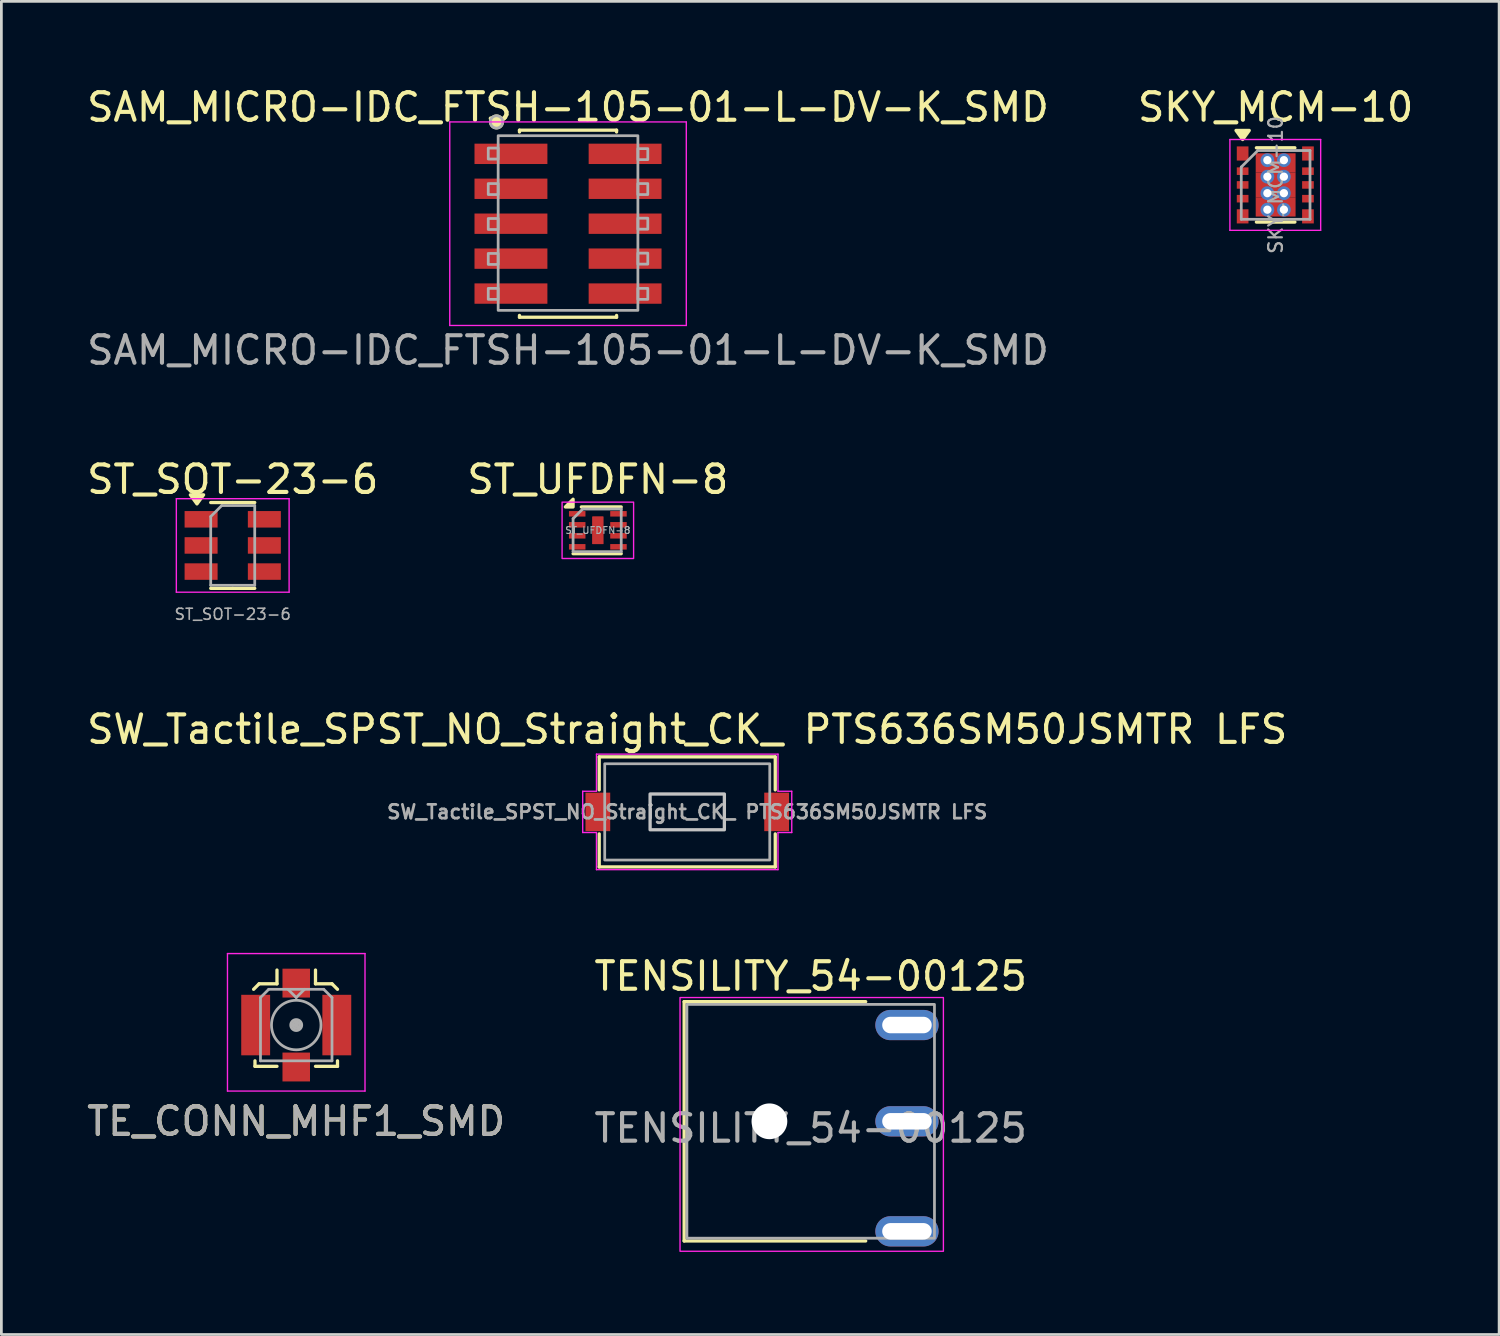
<source format=kicad_pcb>
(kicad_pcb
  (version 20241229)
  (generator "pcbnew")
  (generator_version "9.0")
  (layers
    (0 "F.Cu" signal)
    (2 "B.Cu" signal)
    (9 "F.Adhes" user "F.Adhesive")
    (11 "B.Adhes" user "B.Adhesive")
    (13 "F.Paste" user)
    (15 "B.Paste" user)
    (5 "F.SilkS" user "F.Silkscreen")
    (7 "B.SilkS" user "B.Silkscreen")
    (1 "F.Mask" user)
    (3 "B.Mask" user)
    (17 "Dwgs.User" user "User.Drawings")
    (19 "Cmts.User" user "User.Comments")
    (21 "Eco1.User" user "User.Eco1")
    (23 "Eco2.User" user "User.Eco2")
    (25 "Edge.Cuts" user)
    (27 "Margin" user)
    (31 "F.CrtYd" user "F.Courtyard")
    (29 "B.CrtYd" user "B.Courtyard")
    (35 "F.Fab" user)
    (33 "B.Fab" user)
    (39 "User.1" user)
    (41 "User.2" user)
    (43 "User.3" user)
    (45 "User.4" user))
  (footprint "SW_Tactile_SPST_NO_Straight_CK_ PTS636SM50JSMTR LFS"
    (layer "F.Cu")
    (at 21.935 26.467)
    (property "Reference" "SW_Tactile_SPST_NO_Straight_CK_ PTS636SM50JSMTR LFS" (at 0 -3 0) (unlocked yes) (layer "F.SilkS") (effects (font (size 1 1) (thickness 0.15))))
    (attr smd)
    (fp_line (start -3.2 -2) (end -3.2 -0.8) (stroke (width 0.12) (type solid)) (layer "F.SilkS"))
    (fp_line (start -3.2 0.8) (end -3.2 2) (stroke (width 0.12) (type solid)) (layer "F.SilkS"))
    (fp_line (start -3.2 2) (end 3.2 2) (stroke (width 0.12) (type solid)) (layer "F.SilkS"))
    (fp_line (start 3.2 -2) (end -3.2 -2) (stroke (width 0.12) (type solid)) (layer "F.SilkS"))
    (fp_line (start 3.2 -0.8) (end 3.2 -2) (stroke (width 0.12) (type solid)) (layer "F.SilkS"))
    (fp_line (start 3.2 2) (end 3.2 0.8) (stroke (width 0.12) (type solid)) (layer "F.SilkS"))
    (fp_rect (start -1.35 -0.65) (end 1.35 0.65) (stroke (width 0.12) (type solid)) (fill no) (layer "Dwgs.User"))
    (fp_line (start -3.8 -0.75) (end -3.3 -0.75) (stroke (width 0.05) (type solid)) (layer "F.CrtYd"))
    (fp_line (start -3.8 0.75) (end -3.8 -0.75) (stroke (width 0.05) (type solid)) (layer "F.CrtYd"))
    (fp_line (start -3.3 -2.1) (end 3.3 -2.1) (stroke (width 0.05) (type solid)) (layer "F.CrtYd"))
    (fp_line (start -3.3 -0.75) (end -3.3 -2.1) (stroke (width 0.05) (type solid)) (layer "F.CrtYd"))
    (fp_line (start -3.3 0.75) (end -3.8 0.75) (stroke (width 0.05) (type solid)) (layer "F.CrtYd"))
    (fp_line (start -3.3 2.1) (end -3.3 0.75) (stroke (width 0.05) (type solid)) (layer "F.CrtYd"))
    (fp_line (start 3.3 -2.1) (end 3.3 -0.75) (stroke (width 0.05) (type solid)) (layer "F.CrtYd"))
    (fp_line (start 3.3 -0.75) (end 3.8 -0.75) (stroke (width 0.05) (type solid)) (layer "F.CrtYd"))
    (fp_line (start 3.3 0.75) (end 3.3 2.1) (stroke (width 0.05) (type solid)) (layer "F.CrtYd"))
    (fp_line (start 3.3 2.1) (end -3.3 2.1) (stroke (width 0.05) (type solid)) (layer "F.CrtYd"))
    (fp_line (start 3.8 -0.75) (end 3.8 0.75) (stroke (width 0.05) (type solid)) (layer "F.CrtYd"))
    (fp_line (start 3.8 0.75) (end 3.3 0.75) (stroke (width 0.05) (type solid)) (layer "F.CrtYd"))
    (fp_rect (start -3 -1.75) (end 3 1.75) (stroke (width 0.1) (type solid)) (fill no) (layer "F.Fab"))
    (fp_text user "${REFERENCE}" (at 0 0 0) (unlocked yes) (layer "F.Fab") (effects (font (size 0.5 0.5) (thickness 0.1))))
    (pad "1" smd rect (at -3.25 0) (size 0.9 1.4) (layers "F.Cu" "F.Mask" "F.Paste"))
    (pad "2" smd rect (at 3.25 0) (size 0.9 1.4) (layers "F.Cu" "F.Mask" "F.Paste")))
  (footprint "ST_SOT-23-6"
    (layer "F.Cu")
    (at 5.411 16.78)
    (property "Reference" "ST_SOT-23-6" (at 0 -2.4 0) (layer "F.SilkS") (effects (font (size 1 1) (thickness 0.15))))
    (attr smd)
    (fp_line (start 0 -1.56) (end -0.8 -1.56) (stroke (width 0.12) (type solid)) (layer "F.SilkS"))
    (fp_line (start 0 -1.56) (end 0.8 -1.56) (stroke (width 0.12) (type solid)) (layer "F.SilkS"))
    (fp_line (start 0 1.56) (end -0.8 1.56) (stroke (width 0.12) (type solid)) (layer "F.SilkS"))
    (fp_line (start 0 1.56) (end 0.8 1.56) (stroke (width 0.12) (type solid)) (layer "F.SilkS"))
    (fp_poly (pts (xy -1.3 -1.51) (xy -1.54 -1.84) (xy -1.06 -1.84) (xy -1.3 -1.51)) (stroke (width 0.12) (type solid)) (fill yes) (layer "F.SilkS"))
    (fp_line (start -2.05 -1.7) (end -2.05 1.7) (stroke (width 0.05) (type solid)) (layer "F.CrtYd"))
    (fp_line (start -2.05 1.7) (end 2.05 1.7) (stroke (width 0.05) (type solid)) (layer "F.CrtYd"))
    (fp_line (start 2.05 -1.7) (end -2.05 -1.7) (stroke (width 0.05) (type solid)) (layer "F.CrtYd"))
    (fp_line (start 2.05 1.7) (end 2.05 -1.7) (stroke (width 0.05) (type solid)) (layer "F.CrtYd"))
    (fp_line (start -0.8 -1.05) (end -0.4 -1.45) (stroke (width 0.1) (type solid)) (layer "F.Fab"))
    (fp_line (start -0.8 1.45) (end -0.8 -1.05) (stroke (width 0.1) (type solid)) (layer "F.Fab"))
    (fp_line (start -0.4 -1.45) (end 0.8 -1.45) (stroke (width 0.1) (type solid)) (layer "F.Fab"))
    (fp_line (start 0.8 -1.45) (end 0.8 1.45) (stroke (width 0.1) (type solid)) (layer "F.Fab"))
    (fp_line (start 0.8 1.45) (end -0.8 1.45) (stroke (width 0.1) (type solid)) (layer "F.Fab"))
    (fp_text user "${REFERENCE}" (at 0 2.5 0) (layer "F.Fab") (effects (font (size 0.4 0.4) (thickness 0.06))))
    (pad "1" smd rect (at -1.15 -0.95) (size 1.2 0.6) (layers "F.Cu" "F.Mask" "F.Paste"))
    (pad "2" smd rect (at -1.15 0) (size 1.2 0.6) (layers "F.Cu" "F.Mask" "F.Paste"))
    (pad "3" smd rect (at -1.15 0.95) (size 1.2 0.6) (layers "F.Cu" "F.Mask" "F.Paste"))
    (pad "4" smd rect (at 1.15 0.95) (size 1.2 0.6) (layers "F.Cu" "F.Mask" "F.Paste"))
    (pad "5" smd rect (at 1.15 0) (size 1.2 0.6) (layers "F.Cu" "F.Mask" "F.Paste"))
    (pad "6" smd rect (at 1.15 -0.95) (size 1.2 0.6) (layers "F.Cu" "F.Mask" "F.Paste")))
  (footprint "SKY_MCM-10"
    (layer "F.Cu")
    (at 43.327 3.673)
    (property "Reference" "SKY_MCM-10" (at 0 -2.825 0) (unlocked yes) (layer "F.SilkS") (effects (font (size 1 1) (thickness 0.15))))
    (attr smd)
    (fp_line (start -0.7 -1.35) (end 0.7 -1.35) (stroke (width 0.12) (type default)) (layer "F.SilkS"))
    (fp_line (start -0.7 1.35) (end 0.7 1.35) (stroke (width 0.12) (type default)) (layer "F.SilkS"))
    (fp_poly (pts (xy -1.2 -1.651) (xy -1.44 -1.981) (xy -0.96 -1.981) (xy -1.2 -1.651)) (stroke (width 0.12) (type solid)) (fill yes) (layer "F.SilkS"))
    (fp_line (start -1.663 -1.651) (end 1.637 -1.651) (stroke (width 0.05) (type default)) (layer "F.CrtYd"))
    (fp_line (start -1.663 1.651) (end -1.663 -1.651) (stroke (width 0.05) (type default)) (layer "F.CrtYd"))
    (fp_line (start -1.663 1.651) (end 1.637 1.651) (stroke (width 0.05) (type default)) (layer "F.CrtYd"))
    (fp_line (start 1.637 1.651) (end 1.637 -1.651) (stroke (width 0.05) (type default)) (layer "F.CrtYd"))
    (fp_line (start -1.25 -0.65) (end -0.65 -1.25) (stroke (width 0.1) (type default)) (layer "F.Fab"))
    (fp_line (start -1.25 1.25) (end -1.25 -0.65) (stroke (width 0.1) (type default)) (layer "F.Fab"))
    (fp_line (start -0.65 -1.25) (end 1.25 -1.25) (stroke (width 0.1) (type default)) (layer "F.Fab"))
    (fp_line (start 1.25 -1.25) (end 1.25 1.25) (stroke (width 0.1) (type default)) (layer "F.Fab"))
    (fp_line (start 1.25 1.25) (end -1.25 1.25) (stroke (width 0.1) (type default)) (layer "F.Fab"))
    (fp_text user "${REFERENCE}" (at 0 0 90) (unlocked yes) (layer "F.Fab") (effects (font (size 0.5 0.5) (thickness 0.08))))
    (pad "1" smd rect (at -1.2 -1.143) (size 0.425 0.515) (layers "F.Cu" "F.Mask" "F.Paste"))
    (pad "2" smd rect (at -1.2 -0.5) (size 0.425 0.275) (layers "F.Cu" "F.Mask" "F.Paste"))
    (pad "3" smd rect (at -1.2 0) (size 0.425 0.275) (layers "F.Cu" "F.Mask" "F.Paste"))
    (pad "4" smd rect (at -1.2 0.5) (size 0.425 0.275) (layers "F.Cu" "F.Mask" "F.Paste"))
    (pad "5" smd rect (at -1.2 1.143) (size 0.425 0.515) (layers "F.Cu" "F.Mask" "F.Paste"))
    (pad "6" smd rect (at 1.175 1.143) (size 0.425 0.515) (layers "F.Cu" "F.Mask" "F.Paste"))
    (pad "7" smd rect (at 1.175 0.5) (size 0.425 0.275) (layers "F.Cu" "F.Mask" "F.Paste"))
    (pad "8" smd rect (at 1.175 0) (size 0.425 0.275) (layers "F.Cu" "F.Mask" "F.Paste"))
    (pad "9" smd rect (at 1.175 -0.5) (size 0.425 0.275) (layers "F.Cu" "F.Mask" "F.Paste"))
    (pad "10" smd rect (at 1.175 -1.143) (size 0.425 0.515) (layers "F.Cu" "F.Mask" "F.Paste"))
    (pad "11" thru_hole circle (at -0.3 -0.9) (size 0.5 0.5) (drill 0.3) (layers "*.Cu" "*.Mask"))
    (pad "11" thru_hole circle (at -0.3 -0.3) (size 0.5 0.5) (drill 0.3) (layers "*.Cu" "*.Mask"))
    (pad "11" thru_hole circle (at -0.3 0.3) (size 0.5 0.5) (drill 0.3) (layers "*.Cu" "*.Mask"))
    (pad "11" thru_hole circle (at -0.3 0.9) (size 0.5 0.5) (drill 0.3) (layers "*.Cu" "*.Mask"))
    (pad "11" smd custom (at 0 -0.8) (size 1.45 0.7) (layers "F.Cu" "F.Mask" "F.Paste") (options (anchor rect)) (primitives (gr_poly (pts (xy 0.239 -0.054) (xy 0.175 0.098) (xy -0.106 0.098) (xy -0.106 -0.102) (xy 0.239 -0.102)) (width 0) (fill yes))))
    (pad "11" smd custom (at 0 0) (size 1.45 0.9) (layers "F.Cu" "F.Mask" "F.Paste") (options (anchor rect)) (primitives (gr_poly (pts (xy 0.239 -0.054) (xy 0.175 0.098) (xy -0.106 0.098) (xy -0.106 -0.102) (xy 0.239 -0.102)) (width 0) (fill yes))))
    (pad "11" smd custom (at 0 0.8) (size 1.45 0.7) (layers "F.Cu" "F.Mask" "F.Paste") (options (anchor rect)) (primitives (gr_poly (pts (xy 0.239 -0.054) (xy 0.175 0.098) (xy -0.106 0.098) (xy -0.106 -0.102) (xy 0.239 -0.102)) (width 0) (fill yes))))
    (pad "11" thru_hole circle (at 0.3 -0.9) (size 0.5 0.5) (drill 0.3) (layers "*.Cu" "*.Mask"))
    (pad "11" thru_hole circle (at 0.3 -0.3) (size 0.5 0.5) (drill 0.3) (layers "*.Cu" "*.Mask"))
    (pad "11" thru_hole circle (at 0.3 0.3) (size 0.5 0.5) (drill 0.3) (layers "*.Cu" "*.Mask"))
    (pad "11" thru_hole circle (at 0.3 0.9) (size 0.5 0.5) (drill 0.3) (layers "*.Cu" "*.Mask")))
  (footprint "TENSILITY_54-00125"
    (layer "F.Cu")
    (at 26.423 37.966)
    (property "Reference" "TENSILITY_54-00125" (at 0 -5.525 0) (unlocked yes) (layer "F.SilkS") (effects (font (size 1 1) (thickness 0.15))))
    (attr smd)
    (fp_line (start -4.6 -4.6) (end 2 -4.6) (stroke (width 0.12) (type default)) (layer "F.SilkS"))
    (fp_line (start -4.6 4.1) (end -4.6 -4.6) (stroke (width 0.12) (type default)) (layer "F.SilkS"))
    (fp_line (start 2 4.1) (end -4.6 4.1) (stroke (width 0.12) (type default)) (layer "F.SilkS"))
    (fp_rect (start -4.75 -4.75) (end 4.825 4.475) (stroke (width 0.05) (type solid)) (fill no) (layer "F.CrtYd"))
    (fp_rect (start -4.5 -4.5) (end 4.5 4) (stroke (width 0.1) (type default)) (fill no) (layer "F.Fab"))
    (fp_text user "${REFERENCE}" (at 0 0 0) (unlocked yes) (layer "F.Fab") (effects (font (size 1 1) (thickness 0.15))))
    (pad "" np_thru_hole circle (at -1.5 -0.25) (size 1.3 1.3) (drill 1.3) (layers "*.Cu" "*.Mask"))
    (pad "A" thru_hole oval (at 3.5 3.75) (size 2.3 1.1) (drill oval 1.8 0.6) (layers "*.Cu" "*.Mask"))
    (pad "B" thru_hole oval (at 3.5 -3.75) (size 2.3 1.1) (drill oval 1.8 0.6) (layers "*.Cu" "*.Mask"))
    (pad "C" thru_hole oval (at 3.5 -0.25) (size 2.3 1.1) (drill oval 1.8 0.6) (layers "*.Cu" "*.Mask")))
  (footprint "TE_CONN_MHF1_SMD"
    (layer "F.Cu")
    (at 7.72 34.217)
    (property "Reference" "TE_CONN_MHF1_SMD" (at 0 3.5 0) (layer "F.SilkS") (effects (font (size 1 1) (thickness 0.15))))
    (attr smd)
    (fp_line (start -1.55 -1.3) (end -1.35 -1.5) (stroke (width 0.12) (type solid)) (layer "F.SilkS"))
    (fp_line (start -1.5 1.5) (end -1.5 1.3) (stroke (width 0.12) (type solid)) (layer "F.SilkS"))
    (fp_line (start -1.35 -1.5) (end -0.7 -1.5) (stroke (width 0.12) (type solid)) (layer "F.SilkS"))
    (fp_line (start -0.7 -1.5) (end -0.7 -2) (stroke (width 0.12) (type solid)) (layer "F.SilkS"))
    (fp_line (start -0.7 1.5) (end -1.5 1.5) (stroke (width 0.12) (type solid)) (layer "F.SilkS"))
    (fp_line (start 0.7 -1.5) (end 0.7 -2) (stroke (width 0.12) (type solid)) (layer "F.SilkS"))
    (fp_line (start 0.7 -1.5) (end 1.3 -1.5) (stroke (width 0.12) (type solid)) (layer "F.SilkS"))
    (fp_line (start 1.3 -1.5) (end 1.5 -1.3) (stroke (width 0.12) (type solid)) (layer "F.SilkS"))
    (fp_line (start 1.5 1.3) (end 1.5 1.5) (stroke (width 0.12) (type solid)) (layer "F.SilkS"))
    (fp_line (start 1.5 1.5) (end 0.7 1.5) (stroke (width 0.12) (type solid)) (layer "F.SilkS"))
    (fp_line (start -2.5 -2.6) (end -2.5 2.4) (stroke (width 0.05) (type solid)) (layer "F.CrtYd"))
    (fp_line (start -2.5 2.4) (end 2.5 2.4) (stroke (width 0.05) (type solid)) (layer "F.CrtYd"))
    (fp_line (start 2.5 -2.6) (end -2.5 -2.6) (stroke (width 0.05) (type solid)) (layer "F.CrtYd"))
    (fp_line (start 2.5 2.4) (end 2.5 -2.6) (stroke (width 0.05) (type solid)) (layer "F.CrtYd"))
    (fp_line (start -1.3 1.3) (end -1.3 -1) (stroke (width 0.1) (type solid)) (layer "F.Fab"))
    (fp_line (start -1 -1.3) (end -1.3 -1) (stroke (width 0.1) (type solid)) (layer "F.Fab"))
    (fp_line (start 0 -1) (end -0.3 -1.3) (stroke (width 0.1) (type solid)) (layer "F.Fab"))
    (fp_line (start 0.3 -1.3) (end 0 -1) (stroke (width 0.1) (type solid)) (layer "F.Fab"))
    (fp_line (start 1 -1.3) (end -1 -1.3) (stroke (width 0.1) (type solid)) (layer "F.Fab"))
    (fp_line (start 1.3 -1) (end 1 -1.3) (stroke (width 0.1) (type solid)) (layer "F.Fab"))
    (fp_line (start 1.3 1.3) (end -1.3 1.3) (stroke (width 0.1) (type solid)) (layer "F.Fab"))
    (fp_line (start 1.3 1.3) (end 1.3 -1) (stroke (width 0.1) (type solid)) (layer "F.Fab"))
    (fp_circle (center 0 0) (end -0.9 0) (stroke (width 0.1) (type solid)) (fill no) (layer "F.Fab"))
    (fp_circle (center 0 0) (end 0 -0.2) (stroke (width 0.1) (type solid)) (fill no) (layer "F.Fab"))
    (fp_circle (center 0 0) (end 0 -0.125) (stroke (width 0.1) (type solid)) (fill no) (layer "F.Fab"))
    (fp_circle (center 0 0) (end 0 -0.05) (stroke (width 0.1) (type solid)) (fill no) (layer "F.Fab"))
    (fp_text user "${REFERENCE}" (at 0 3.5 0) (layer "F.Fab") (effects (font (size 1 1) (thickness 0.15))))
    (pad "1" smd rect (at 0 -1.525 180) (size 1 1.05) (layers "F.Cu" "F.Mask" "F.Paste"))
    (pad "2" smd rect (at -1.475 0 180) (size 1.05 2.2) (layers "F.Cu" "F.Mask" "F.Paste"))
    (pad "2" smd rect (at 0 1.525 180) (size 1 1.05) (layers "F.Cu" "F.Mask" "F.Paste"))
    (pad "2" smd rect (at 1.475 0 180) (size 1.05 2.2) (layers "F.Cu" "F.Mask" "F.Paste")))
  (footprint "ST_UFDFN-8"
    (layer "F.Cu")
    (at 18.685 16.23)
    (property "Reference" "ST_UFDFN-8" (at 0 -1.85 0) (unlocked yes) (layer "F.SilkS") (effects (font (size 1 1) (thickness 0.15))))
    (attr smd)
    (fp_line (start 0.85 -0.85) (end -0.6 -0.85) (stroke (width 0.12) (type default)) (layer "F.SilkS"))
    (fp_line (start 0.85 0.85) (end -0.9 0.85) (stroke (width 0.12) (type default)) (layer "F.SilkS"))
    (fp_poly (pts (xy -0.9 -0.85) (xy -1.18 -0.85) (xy -0.9 -1.13) (xy -0.9 -0.85)) (stroke (width 0.12) (type solid)) (fill yes) (layer "F.SilkS"))
    (fp_rect (start -1.3 -1.025) (end 1.3 1.025) (stroke (width 0.05) (type solid)) (fill no) (layer "F.CrtYd"))
    (fp_line (start -0.9 -0.425) (end -0.9 0.775) (stroke (width 0.1) (type default)) (layer "F.Fab"))
    (fp_line (start -0.55 -0.775) (end -0.9 -0.425) (stroke (width 0.1) (type default)) (layer "F.Fab"))
    (fp_line (start 0.85 -0.775) (end -0.55 -0.775) (stroke (width 0.1) (type default)) (layer "F.Fab"))
    (fp_line (start 0.85 0.775) (end -0.9 0.775) (stroke (width 0.1) (type default)) (layer "F.Fab"))
    (fp_line (start 0.85 0.775) (end 0.85 -0.775) (stroke (width 0.1) (type default)) (layer "F.Fab"))
    (fp_text user "${REFERENCE}" (at 0 0 0) (unlocked yes) (layer "F.Fab") (effects (font (size 0.25 0.25) (thickness 0.04))))
    (pad "1" smd rect (at -0.75 -0.6 270) (size 0.2 0.6) (layers "F.Cu" "F.Mask" "F.Paste"))
    (pad "2" smd rect (at -0.75 -0.2 270) (size 0.2 0.6) (layers "F.Cu" "F.Mask" "F.Paste"))
    (pad "3" smd rect (at -0.75 0.2 270) (size 0.2 0.6) (layers "F.Cu" "F.Mask" "F.Paste"))
    (pad "4" smd rect (at -0.75 0.6 270) (size 0.2 0.6) (layers "F.Cu" "F.Mask" "F.Paste"))
    (pad "5" smd rect (at 0.75 0.6 270) (size 0.2 0.6) (layers "F.Cu" "F.Mask" "F.Paste"))
    (pad "6" smd rect (at 0.75 0.2 270) (size 0.2 0.6) (layers "F.Cu" "F.Mask" "F.Paste"))
    (pad "7" smd rect (at 0.75 -0.2 270) (size 0.2 0.6) (layers "F.Cu" "F.Mask" "F.Paste"))
    (pad "8" smd rect (at 0.75 -0.6 270) (size 0.2 0.6) (layers "F.Cu" "F.Mask" "F.Paste"))
    (pad "9" smd rect (at 0 0 270) (size 1 0.4) (layers "F.Cu" "F.Mask" "F.Paste"))
    (pad "GND" smd rect (at 0 0 270) (size 1 0.4) (layers "F.Cu" "F.Mask" "F.Paste")))
  (footprint "SAM_MICRO-IDC_FTSH-105-01-L-DV-K_SMD"
    (layer "F.Cu")
    (at 17.601 5.083)
    (property "Reference" "SAM_MICRO-IDC_FTSH-105-01-L-DV-K_SMD" (at 0 -4.235 0) (layer "F.SilkS") (effects (font (size 1 1) (thickness 0.15))))
    (attr smd)
    (fp_line (start -1.765 -3.4) (end -1.765 -3.335) (stroke (width 0.12) (type solid)) (layer "F.SilkS"))
    (fp_line (start -1.765 -3.4) (end 1.765 -3.4) (stroke (width 0.12) (type solid)) (layer "F.SilkS"))
    (fp_line (start -1.765 3.335) (end -1.765 3.4) (stroke (width 0.12) (type solid)) (layer "F.SilkS"))
    (fp_line (start -1.765 3.4) (end 1.765 3.4) (stroke (width 0.12) (type solid)) (layer "F.SilkS"))
    (fp_line (start 1.765 -3.4) (end 1.765 -3.335) (stroke (width 0.12) (type solid)) (layer "F.SilkS"))
    (fp_line (start 1.765 3.335) (end 1.765 3.4) (stroke (width 0.12) (type solid)) (layer "F.SilkS"))
    (fp_circle (center -2.6 -3.7) (end -2.4 -3.6) (stroke (width 0.1) (type default)) (fill yes) (layer "F.SilkS"))
    (fp_line (start -4.3 -3.7) (end -4.3 3.7) (stroke (width 0.05) (type solid)) (layer "F.CrtYd"))
    (fp_line (start -4.3 3.7) (end 4.3 3.7) (stroke (width 0.05) (type solid)) (layer "F.CrtYd"))
    (fp_line (start 4.3 -3.7) (end -4.3 -3.7) (stroke (width 0.05) (type solid)) (layer "F.CrtYd"))
    (fp_line (start 4.3 3.7) (end 4.3 -3.7) (stroke (width 0.05) (type solid)) (layer "F.CrtYd"))
    (fp_rect (start -2.9 -2.75) (end -2.54 -2.35) (stroke (width 0.1) (type default)) (fill no) (layer "F.Fab"))
    (fp_rect (start -2.9 -1.46) (end -2.54 -1.06) (stroke (width 0.1) (type default)) (fill no) (layer "F.Fab"))
    (fp_rect (start -2.9 -0.19) (end -2.54 0.21) (stroke (width 0.1) (type default)) (fill no) (layer "F.Fab"))
    (fp_rect (start -2.9 1.08) (end -2.54 1.48) (stroke (width 0.1) (type default)) (fill no) (layer "F.Fab"))
    (fp_rect (start -2.9 2.35) (end -2.54 2.75) (stroke (width 0.1) (type default)) (fill no) (layer "F.Fab"))
    (fp_rect (start -2.54 -3.2) (end 2.54 3.15) (stroke (width 0.1) (type default)) (fill no) (layer "F.Fab"))
    (fp_rect (start 2.54 -2.73) (end 2.9 -2.33) (stroke (width 0.1) (type default)) (fill no) (layer "F.Fab"))
    (fp_rect (start 2.54 -1.46) (end 2.9 -1.06) (stroke (width 0.1) (type default)) (fill no) (layer "F.Fab"))
    (fp_rect (start 2.54 -0.2) (end 2.9 0.2) (stroke (width 0.1) (type default)) (fill no) (layer "F.Fab"))
    (fp_rect (start 2.54 1.07) (end 2.9 1.47) (stroke (width 0.1) (type default)) (fill no) (layer "F.Fab"))
    (fp_rect (start 2.54 2.35) (end 2.9 2.75) (stroke (width 0.1) (type default)) (fill no) (layer "F.Fab"))
    (fp_circle (center -2.6 -3.7) (end -2.4 -3.6) (stroke (width 0.1) (type default)) (fill no) (layer "F.Fab"))
    (fp_text user "${REFERENCE}" (at 0 4.6 180) (layer "F.Fab") (effects (font (size 1 1) (thickness 0.15))))
    (pad "1" smd rect (at -2.075 -2.54) (size 2.65 0.74) (layers "F.Cu" "F.Mask" "F.Paste"))
    (pad "2" smd rect (at 2.075 -2.54) (size 2.65 0.74) (layers "F.Cu" "F.Mask" "F.Paste"))
    (pad "3" smd rect (at -2.075 -1.27) (size 2.65 0.74) (layers "F.Cu" "F.Mask" "F.Paste"))
    (pad "4" smd rect (at 2.075 -1.27) (size 2.65 0.74) (layers "F.Cu" "F.Mask" "F.Paste"))
    (pad "5" smd rect (at -2.075 0) (size 2.65 0.74) (layers "F.Cu" "F.Mask" "F.Paste"))
    (pad "6" smd rect (at 2.075 0) (size 2.65 0.74) (layers "F.Cu" "F.Mask" "F.Paste"))
    (pad "7" smd rect (at -2.075 1.27) (size 2.65 0.74) (layers "F.Cu" "F.Mask" "F.Paste"))
    (pad "8" smd rect (at 2.075 1.27) (size 2.65 0.74) (layers "F.Cu" "F.Mask" "F.Paste"))
    (pad "9" smd rect (at -2.075 2.54) (size 2.65 0.74) (layers "F.Cu" "F.Mask" "F.Paste"))
    (pad "10" smd rect (at 2.075 2.54) (size 2.65 0.74) (layers "F.Cu" "F.Mask" "F.Paste")))
  (gr_rect
    (start -3 -3)
    (end 51.452 45.466)
    (stroke (width 0.1) (type default))
    (fill no)
    (layer "Edge.Cuts")))
</source>
